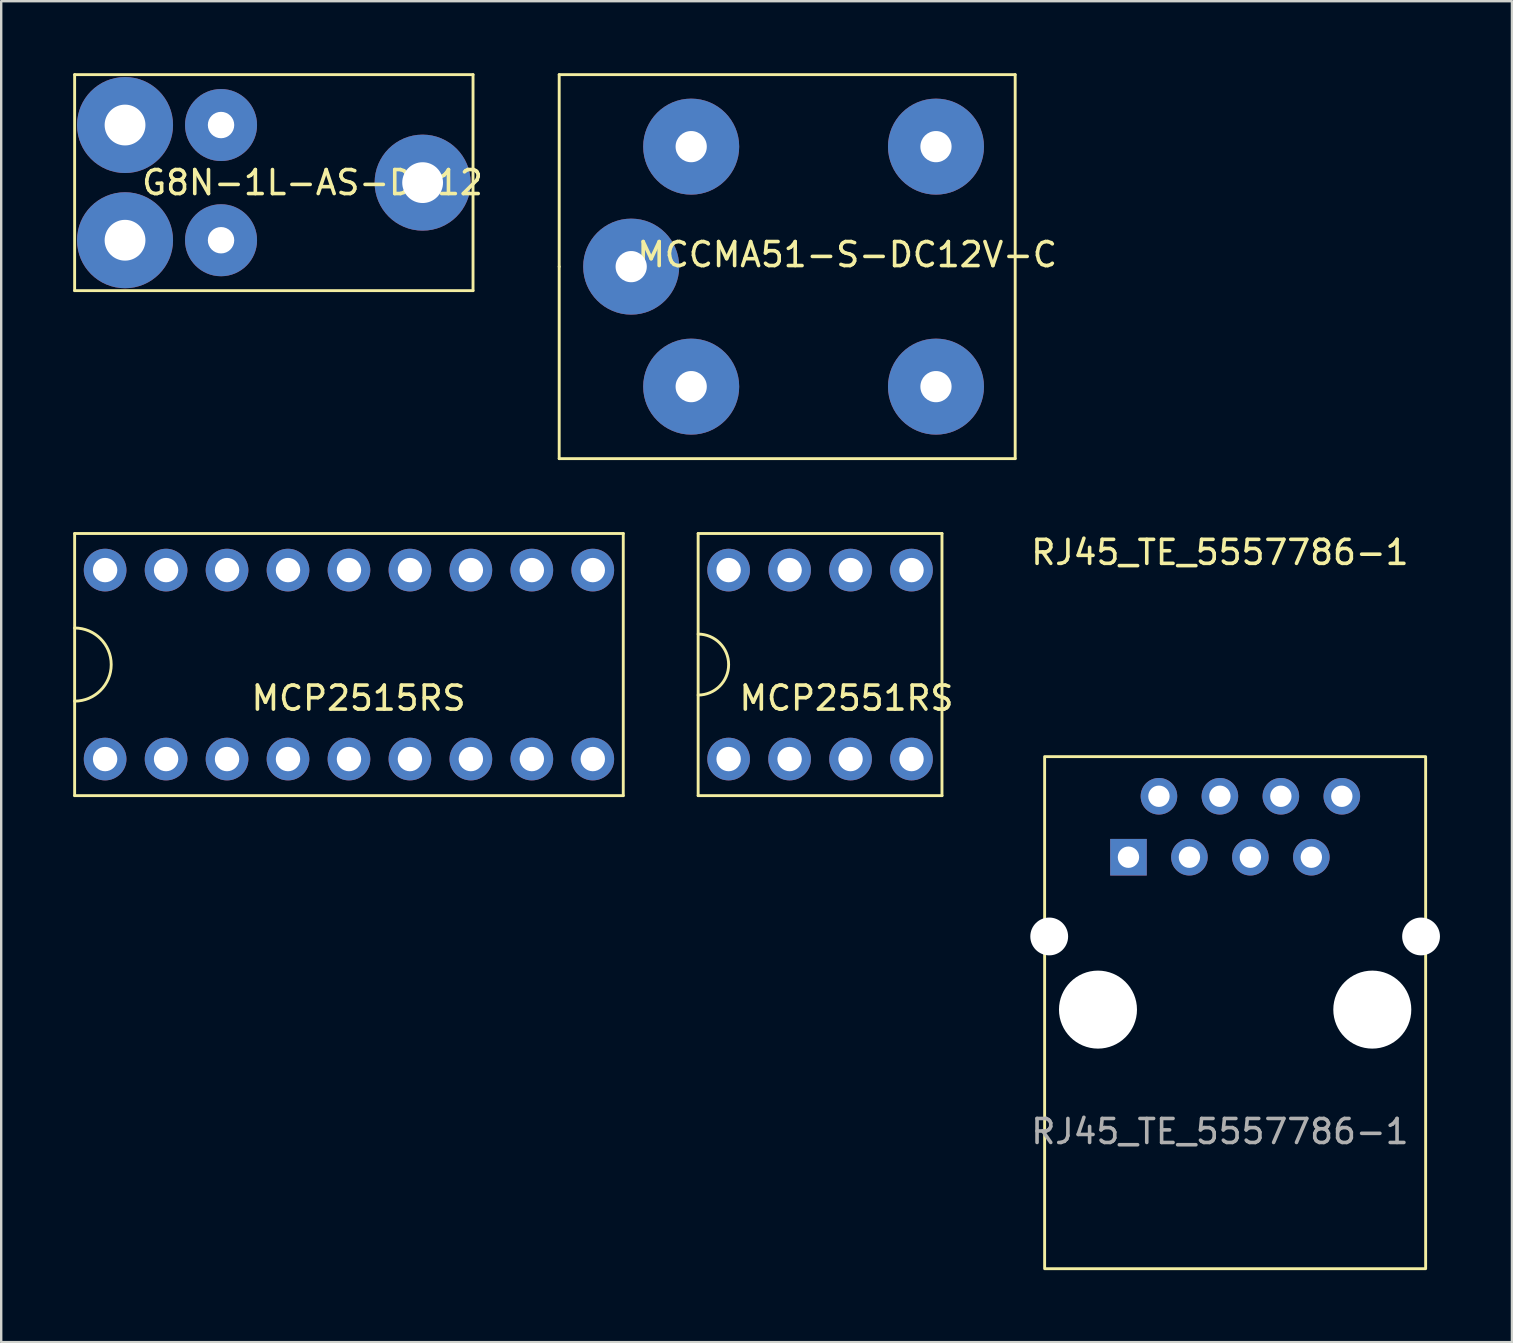
<source format=kicad_pcb>
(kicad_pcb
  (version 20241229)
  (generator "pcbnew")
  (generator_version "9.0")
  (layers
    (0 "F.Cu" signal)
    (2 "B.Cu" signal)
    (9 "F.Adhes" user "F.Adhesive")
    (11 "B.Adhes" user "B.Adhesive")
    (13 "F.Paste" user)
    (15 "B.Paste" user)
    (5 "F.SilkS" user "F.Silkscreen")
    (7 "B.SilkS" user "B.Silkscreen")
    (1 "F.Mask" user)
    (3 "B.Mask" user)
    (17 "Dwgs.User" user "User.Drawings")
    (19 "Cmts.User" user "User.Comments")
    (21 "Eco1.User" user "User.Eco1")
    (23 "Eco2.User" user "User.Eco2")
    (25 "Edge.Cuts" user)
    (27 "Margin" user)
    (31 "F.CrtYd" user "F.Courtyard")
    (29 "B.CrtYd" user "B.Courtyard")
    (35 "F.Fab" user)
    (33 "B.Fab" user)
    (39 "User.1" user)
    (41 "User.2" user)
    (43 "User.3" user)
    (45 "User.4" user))
  (footprint "MCP2515RS"
    (layer "F.Cu")
    (at 11.49 24.641)
    (property "Reference" "MCP2515RS" (at 0.4 1.4 0) (layer "F.SilkS") (effects (font (size 1 1) (thickness 0.15))))
    (attr through_hole)
    (fp_line (start -11.43 -5.461) (end -11.43 5.461) (stroke (width 0.12) (type solid)) (layer "F.SilkS"))
    (fp_line (start -11.43 -5.461) (end 11.43 -5.461) (stroke (width 0.12) (type solid)) (layer "F.SilkS"))
    (fp_line (start -11.43 5.461) (end 11.43 5.461) (stroke (width 0.12) (type solid)) (layer "F.SilkS"))
    (fp_line (start 11.43 -5.461) (end 11.43 5.461) (stroke (width 0.12) (type solid)) (layer "F.SilkS"))
    (fp_arc (start -11.43 -1.524) (mid -9.906 0) (end -11.43 1.524) (stroke (width 0.12) (type solid)) (layer "F.SilkS"))
    (pad "1" thru_hole circle (at -10.16 3.937) (size 1.778 1.778) (drill 1.016) (layers "*.Cu" "*.Mask"))
    (pad "2" thru_hole circle (at -7.62 3.937) (size 1.778 1.778) (drill 1.016) (layers "*.Cu" "*.Mask" "Eco2.User"))
    (pad "3" thru_hole circle (at -5.08 3.937) (size 1.778 1.778) (drill 1.016) (layers "*.Cu" "*.Mask"))
    (pad "4" thru_hole circle (at -2.54 3.937) (size 1.778 1.778) (drill 1.016) (layers "*.Cu" "*.Mask"))
    (pad "5" thru_hole circle (at 0 3.937) (size 1.778 1.778) (drill 1.016) (layers "*.Cu" "*.Mask"))
    (pad "6" thru_hole circle (at 2.54 3.937) (size 1.778 1.778) (drill 1.016) (layers "*.Cu" "*.Mask"))
    (pad "7" thru_hole circle (at 5.08 3.937) (size 1.778 1.778) (drill 1.016) (layers "*.Cu" "*.Mask"))
    (pad "8" thru_hole circle (at 7.62 3.937) (size 1.778 1.778) (drill 1.016) (layers "*.Cu" "*.Mask"))
    (pad "9" thru_hole circle (at 10.16 3.937) (size 1.778 1.778) (drill 1.016) (layers "*.Cu" "*.Mask"))
    (pad "10" thru_hole circle (at 10.16 -3.937) (size 1.778 1.778) (drill 1.016) (layers "*.Cu" "*.Mask"))
    (pad "11" thru_hole circle (at 7.62 -3.937) (size 1.778 1.778) (drill 1.016) (layers "*.Cu" "*.Mask"))
    (pad "12" thru_hole circle (at 5.08 -3.937) (size 1.778 1.778) (drill 1.016) (layers "*.Cu" "*.Mask"))
    (pad "13" thru_hole circle (at 2.54 -3.937) (size 1.778 1.778) (drill 1.016) (layers "*.Cu" "*.Mask"))
    (pad "14" thru_hole circle (at 0 -3.937) (size 1.778 1.778) (drill 1.016) (layers "*.Cu" "*.Mask"))
    (pad "15" thru_hole circle (at -2.54 -3.937) (size 1.778 1.778) (drill 1.016) (layers "*.Cu" "*.Mask"))
    (pad "16" thru_hole circle (at -5.08 -3.937) (size 1.778 1.778) (drill 1.016) (layers "*.Cu" "*.Mask"))
    (pad "17" thru_hole circle (at -7.62 -3.937) (size 1.778 1.778) (drill 1.016) (layers "*.Cu" "*.Mask"))
    (pad "18" thru_hole circle (at -10.16 -3.937) (size 1.778 1.778) (drill 1.016) (layers "*.Cu" "*.Mask")))
  (footprint "MCP2551RS"
    (layer "F.Cu")
    (at 31.12 24.641)
    (property "Reference" "MCP2551RS" (at 1.1 1.4 0) (layer "F.SilkS") (effects (font (size 1 1) (thickness 0.15))))
    (attr through_hole)
    (fp_line (start -5.08 -5.461) (end -5.08 5.461) (stroke (width 0.12) (type solid)) (layer "F.SilkS"))
    (fp_line (start -5.08 5.461) (end 5.08 5.461) (stroke (width 0.12) (type solid)) (layer "F.SilkS"))
    (fp_line (start 5.08 -5.461) (end -5.08 -5.461) (stroke (width 0.12) (type solid)) (layer "F.SilkS"))
    (fp_line (start 5.08 5.461) (end 5.08 -5.461) (stroke (width 0.12) (type solid)) (layer "F.SilkS"))
    (fp_arc (start -5.08 -1.27) (mid -3.81 0) (end -5.08 1.27) (stroke (width 0.12) (type solid)) (layer "F.SilkS"))
    (pad "1" thru_hole circle (at -3.81 3.937) (size 1.778 1.778) (drill 1.016) (layers "*.Cu" "*.Mask"))
    (pad "2" thru_hole circle (at -1.27 3.937) (size 1.778 1.778) (drill 1.016) (layers "*.Cu" "*.Mask"))
    (pad "3" thru_hole circle (at 1.27 3.937) (size 1.778 1.778) (drill 1.016) (layers "*.Cu" "*.Mask"))
    (pad "4" thru_hole circle (at 3.81 3.937) (size 1.778 1.778) (drill 1.016) (layers "*.Cu" "*.Mask"))
    (pad "5" thru_hole circle (at 3.81 -3.937) (size 1.778 1.778) (drill 1.016) (layers "*.Cu" "*.Mask"))
    (pad "6" thru_hole circle (at 1.27 -3.937) (size 1.778 1.778) (drill 1.016) (layers "*.Cu" "*.Mask"))
    (pad "7" thru_hole circle (at -1.27 -3.937) (size 1.778 1.778) (drill 1.016) (layers "*.Cu" "*.Mask"))
    (pad "8" thru_hole circle (at -3.81 -3.937) (size 1.778 1.778) (drill 1.016) (layers "*.Cu" "*.Mask")))
  (footprint "RJ45_TE_5557786-1"
    (layer "F.Cu")
    (at 43.97 32.668)
    (property "Reference" "RJ45_TE_5557786-1" (at 3.81 -12.7 0) (unlocked yes) (layer "F.SilkS") (effects (font (size 1 1) (thickness 0.15))))
    (attr through_hole)
    (fp_rect (start -3.493 -4.191) (end 12.383 17.145) (stroke (width 0.12) (type solid)) (fill no) (layer "F.SilkS"))
    (fp_text user "${REFERENCE}" (at 3.81 11.43 0) (unlocked yes) (layer "F.Fab") (effects (font (size 1 1) (thickness 0.15))))
    (pad "" np_thru_hole circle (at -3.302 3.302) (size 1.575 1.575) (drill 1.575) (layers "*.Cu" "*.Mask"))
    (pad "" np_thru_hole circle (at -1.27 6.35) (size 3.25 3.25) (drill 3.25) (layers "*.Cu" "*.Mask"))
    (pad "" np_thru_hole circle (at 10.16 6.35) (size 3.25 3.25) (drill 3.25) (layers "*.Cu" "*.Mask"))
    (pad "" np_thru_hole circle (at 12.192 3.302) (size 1.575 1.575) (drill 1.575) (layers "*.Cu" "*.Mask"))
    (pad "1" thru_hole rect (at 0 0) (size 1.524 1.524) (drill 0.89) (layers "*.Cu" "*.Mask"))
    (pad "2" thru_hole circle (at 1.27 -2.54) (size 1.524 1.524) (drill 0.89) (layers "*.Cu" "*.Mask"))
    (pad "3" thru_hole circle (at 2.54 0) (size 1.524 1.524) (drill 0.89) (layers "*.Cu" "*.Mask"))
    (pad "4" thru_hole circle (at 3.81 -2.54) (size 1.524 1.524) (drill 0.89) (layers "*.Cu" "*.Mask"))
    (pad "5" thru_hole circle (at 5.08 0) (size 1.524 1.524) (drill 0.89) (layers "*.Cu" "*.Mask"))
    (pad "6" thru_hole circle (at 6.35 -2.54) (size 1.524 1.524) (drill 0.89) (layers "*.Cu" "*.Mask"))
    (pad "7" thru_hole circle (at 7.62 0) (size 1.524 1.524) (drill 0.89) (layers "*.Cu" "*.Mask"))
    (pad "8" thru_hole circle (at 8.89 -2.54) (size 1.524 1.524) (drill 0.89) (layers "*.Cu" "*.Mask")))
  (footprint "MCCMA51-S-DC12V-C"
    (layer "F.Cu")
    (at 23.25 8.06)
    (property "Reference" "MCCMA51-S-DC12V-C" (at 9 -0.5 0) (unlocked yes) (layer "F.SilkS") (effects (font (size 1 1) (thickness 0.15))))
    (attr through_hole)
    (fp_line (start -3 -8) (end 16 -8) (stroke (width 0.12) (type solid)) (layer "F.SilkS"))
    (fp_line (start -3 0) (end -3 -8) (stroke (width 0.12) (type solid)) (layer "F.SilkS"))
    (fp_line (start -3 8) (end -3 0) (stroke (width 0.12) (type solid)) (layer "F.SilkS"))
    (fp_line (start 16 -8) (end 16 8) (stroke (width 0.12) (type solid)) (layer "F.SilkS"))
    (fp_line (start 16 8) (end -3 8) (stroke (width 0.12) (type solid)) (layer "F.SilkS"))
    (pad "11" thru_hole circle (at 0 0) (size 4 4) (drill 1.3) (layers "*.Cu" "*.Mask"))
    (pad "12" thru_hole circle (at 12.7 5) (size 4 4) (drill 1.3) (layers "*.Cu" "*.Mask"))
    (pad "14" thru_hole circle (at 12.7 -5) (size 4 4) (drill 1.3) (layers "*.Cu" "*.Mask"))
    (pad "A1" thru_hole circle (at 2.5 -5) (size 4 4) (drill 1.3) (layers "*.Cu" "*.Mask"))
    (pad "A2" thru_hole circle (at 2.5 5) (size 4 4) (drill 1.3) (layers "*.Cu" "*.Mask")))
  (footprint "G8N-1L-AS-DC12"
    (layer "F.Cu")
    (at 6.16 4.56)
    (property "Reference" "G8N-1L-AS-DC12" (at 3.81 0 0) (layer "F.SilkS") (effects (font (size 1 1) (thickness 0.15))))
    (attr through_hole)
    (fp_line (start -6.1 -4.5) (end 10.5 -4.5) (stroke (width 0.12) (type solid)) (layer "F.SilkS"))
    (fp_line (start -6.1 4.5) (end -6.1 -4.5) (stroke (width 0.12) (type solid)) (layer "F.SilkS"))
    (fp_line (start 10.5 -4.5) (end 10.5 4.5) (stroke (width 0.12) (type solid)) (layer "F.SilkS"))
    (fp_line (start 10.5 4.5) (end -6.1 4.5) (stroke (width 0.12) (type solid)) (layer "F.SilkS"))
    (pad "1" thru_hole circle (at 8.4 0) (size 4 4) (drill 1.7) (layers "*.Cu" "*.Mask"))
    (pad "2" thru_hole circle (at 0 -2.4) (size 3 3) (drill 1.1) (layers "*.Cu" "*.Mask"))
    (pad "3" thru_hole circle (at -4 -2.4) (size 4 4) (drill 1.7) (layers "*.Cu" "*.Mask"))
    (pad "4" thru_hole circle (at -4 2.4) (size 4 4) (drill 1.7) (layers "*.Cu" "*.Mask"))
    (pad "5" thru_hole circle (at 0 2.4) (size 3 3) (drill 1.1) (layers "*.Cu" "*.Mask")))
  (gr_rect
    (start -3 -3)
    (end 59.949 52.873)
    (stroke (width 0.1) (type default))
    (fill no)
    (layer "Edge.Cuts")))
</source>
